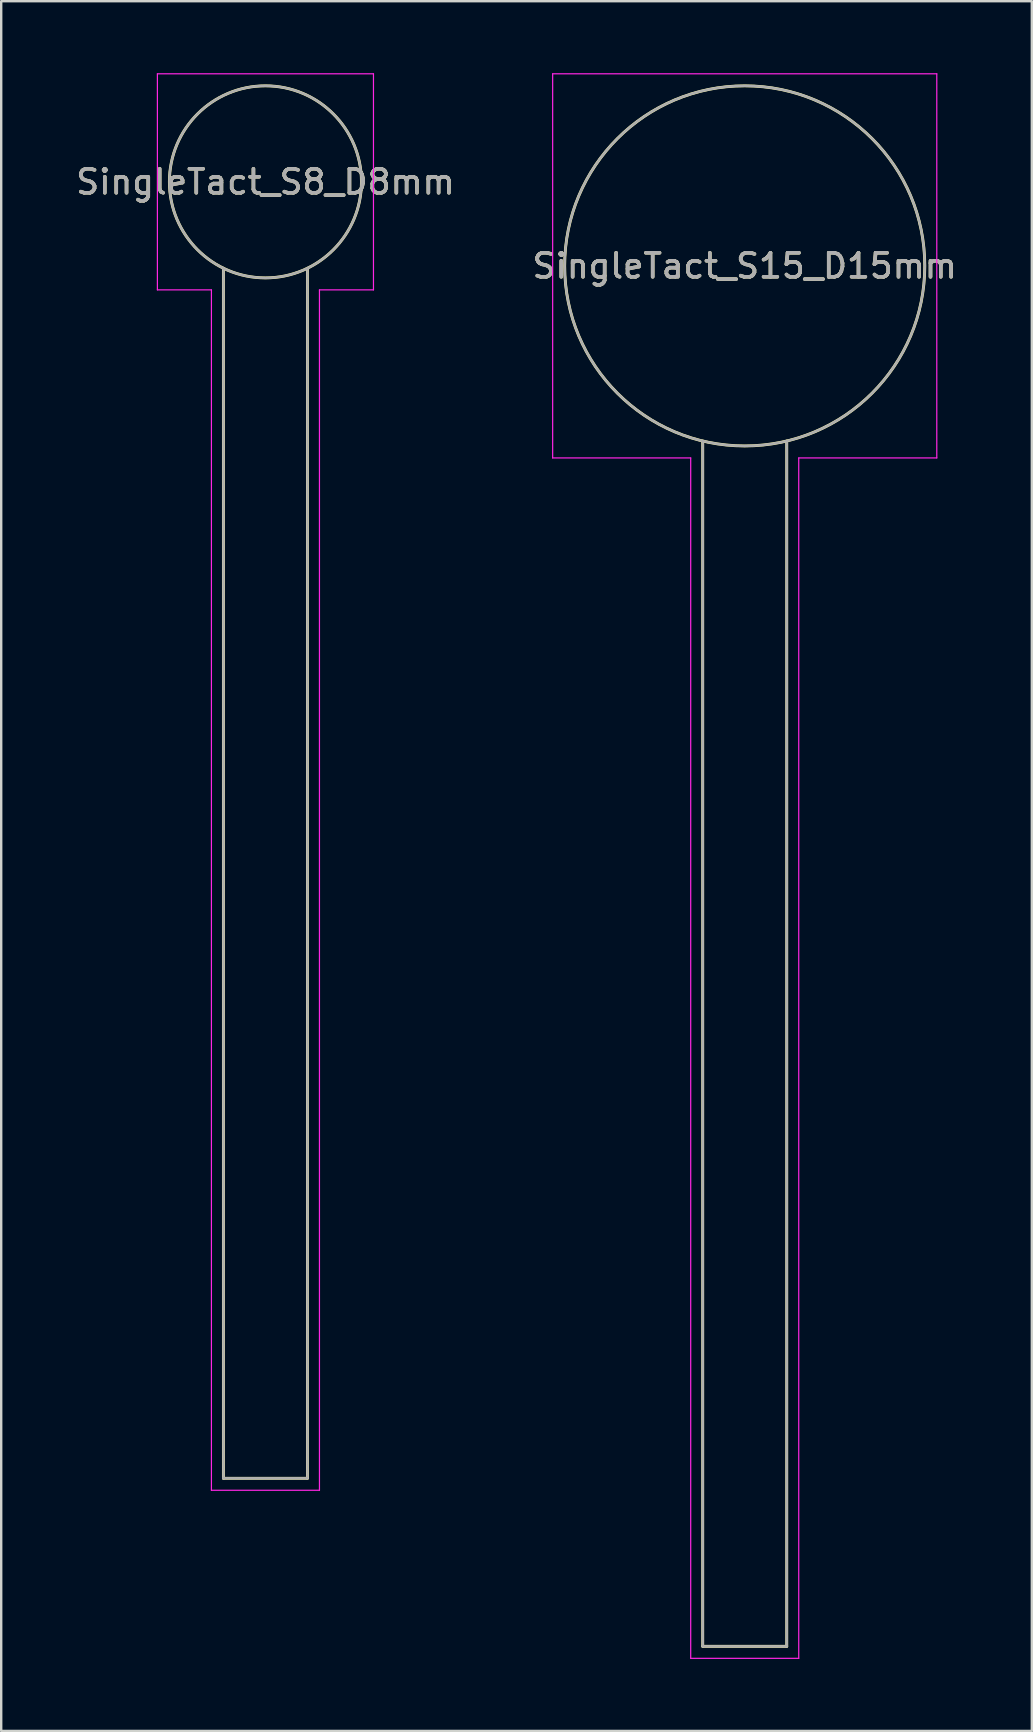
<source format=kicad_pcb>
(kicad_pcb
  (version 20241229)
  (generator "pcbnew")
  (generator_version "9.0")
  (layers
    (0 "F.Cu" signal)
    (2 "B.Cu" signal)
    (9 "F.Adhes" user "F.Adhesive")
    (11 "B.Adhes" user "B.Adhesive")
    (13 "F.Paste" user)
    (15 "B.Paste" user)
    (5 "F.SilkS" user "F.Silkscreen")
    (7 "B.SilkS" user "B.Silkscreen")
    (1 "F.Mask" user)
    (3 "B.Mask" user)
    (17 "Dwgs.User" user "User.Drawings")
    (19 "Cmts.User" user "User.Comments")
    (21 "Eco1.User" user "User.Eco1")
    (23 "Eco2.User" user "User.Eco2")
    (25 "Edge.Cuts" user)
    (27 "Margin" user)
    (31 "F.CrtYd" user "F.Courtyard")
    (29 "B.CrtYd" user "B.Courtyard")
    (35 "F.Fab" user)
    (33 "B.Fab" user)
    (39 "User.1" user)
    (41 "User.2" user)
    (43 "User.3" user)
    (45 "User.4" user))
  (footprint "SingleTact_S15_D15mm"
    (layer "F.Cu")
    (at 27.97 8.025)
    (property "Reference" "SingleTact_S15_D15mm" (at 0 0 0) (layer "F.SilkS") (effects (font (size 1 1) (thickness 0.15))))
    (attr exclude_from_pos_files exclude_from_bom)
    (fp_line (start -1.75 7.3) (end -1.75 57.5) (stroke (width 0.12) (type solid)) (layer "F.SilkS"))
    (fp_line (start -1.75 57.5) (end 1.75 57.5) (stroke (width 0.12) (type solid)) (layer "F.SilkS"))
    (fp_line (start 1.75 57.5) (end 1.75 7.3) (stroke (width 0.12) (type solid)) (layer "F.SilkS"))
    (fp_circle (center 0 0) (end 7.5 0) (stroke (width 0.12) (type solid)) (fill no) (layer "F.SilkS"))
    (fp_line (start -8 8) (end -8 -8) (stroke (width 0.05) (type solid)) (layer "F.CrtYd"))
    (fp_line (start -2.25 8) (end -8 8) (stroke (width 0.05) (type solid)) (layer "F.CrtYd"))
    (fp_line (start -2.25 58) (end -2.25 8) (stroke (width 0.05) (type solid)) (layer "F.CrtYd"))
    (fp_line (start -2.25 58) (end 2.25 58) (stroke (width 0.05) (type solid)) (layer "F.CrtYd"))
    (fp_line (start 2.25 58) (end 2.25 8) (stroke (width 0.05) (type solid)) (layer "F.CrtYd"))
    (fp_line (start 8 -8) (end -8 -8) (stroke (width 0.05) (type solid)) (layer "F.CrtYd"))
    (fp_line (start 8 8) (end 2.25 8) (stroke (width 0.05) (type solid)) (layer "F.CrtYd"))
    (fp_line (start 8 8) (end 8 -8) (stroke (width 0.05) (type solid)) (layer "F.CrtYd"))
    (fp_line (start -1.75 7.3) (end -1.75 57.5) (stroke (width 0.1) (type solid)) (layer "F.Fab"))
    (fp_line (start -1.75 57.5) (end 1.75 57.5) (stroke (width 0.1) (type solid)) (layer "F.Fab"))
    (fp_line (start 1.75 57.5) (end 1.75 7.3) (stroke (width 0.1) (type solid)) (layer "F.Fab"))
    (fp_circle (center 0 0) (end 7.5 0) (stroke (width 0.1) (type solid)) (fill no) (layer "F.Fab"))
    (fp_text user "${REFERENCE}" (at 0 0 0) (layer "F.Fab") (effects (font (size 1 1) (thickness 0.15)))))
  (footprint "SingleTact_S8_D8mm"
    (layer "F.Cu")
    (at 8.006 4.525)
    (property "Reference" "SingleTact_S8_D8mm" (at 0 0 0) (layer "F.SilkS") (effects (font (size 1 1) (thickness 0.15))))
    (attr exclude_from_pos_files exclude_from_bom)
    (fp_line (start -1.75 3.6) (end -1.75 54) (stroke (width 0.12) (type solid)) (layer "F.SilkS"))
    (fp_line (start -1.75 54) (end 1.75 54) (stroke (width 0.12) (type solid)) (layer "F.SilkS"))
    (fp_line (start 1.75 54) (end 1.75 3.6) (stroke (width 0.12) (type solid)) (layer "F.SilkS"))
    (fp_circle (center 0 0) (end 4 0) (stroke (width 0.12) (type solid)) (fill no) (layer "F.SilkS"))
    (fp_line (start -4.5 4.5) (end -4.5 -4.5) (stroke (width 0.05) (type solid)) (layer "F.CrtYd"))
    (fp_line (start -2.25 4.5) (end -4.5 4.5) (stroke (width 0.05) (type solid)) (layer "F.CrtYd"))
    (fp_line (start -2.25 54.5) (end -2.25 4.5) (stroke (width 0.05) (type solid)) (layer "F.CrtYd"))
    (fp_line (start -2.25 54.5) (end 2.25 54.5) (stroke (width 0.05) (type solid)) (layer "F.CrtYd"))
    (fp_line (start 2.25 54.5) (end 2.25 4.5) (stroke (width 0.05) (type solid)) (layer "F.CrtYd"))
    (fp_line (start 4.5 -4.5) (end -4.5 -4.5) (stroke (width 0.05) (type solid)) (layer "F.CrtYd"))
    (fp_line (start 4.5 4.5) (end 2.25 4.5) (stroke (width 0.05) (type solid)) (layer "F.CrtYd"))
    (fp_line (start 4.5 4.5) (end 4.5 -4.5) (stroke (width 0.05) (type solid)) (layer "F.CrtYd"))
    (fp_line (start -1.75 3.6) (end -1.75 54) (stroke (width 0.1) (type solid)) (layer "F.Fab"))
    (fp_line (start -1.75 54) (end 1.75 54) (stroke (width 0.1) (type solid)) (layer "F.Fab"))
    (fp_line (start 1.75 54) (end 1.75 3.6) (stroke (width 0.1) (type solid)) (layer "F.Fab"))
    (fp_circle (center 0 0) (end 4 0) (stroke (width 0.1) (type solid)) (fill no) (layer "F.Fab"))
    (fp_text user "${REFERENCE}" (at 0 0 0) (layer "F.Fab") (effects (font (size 1 1) (thickness 0.15)))))
  (gr_rect
    (start -3 -3)
    (end 39.929 69.05)
    (stroke (width 0.1) (type default))
    (fill no)
    (layer "Edge.Cuts")))
</source>
